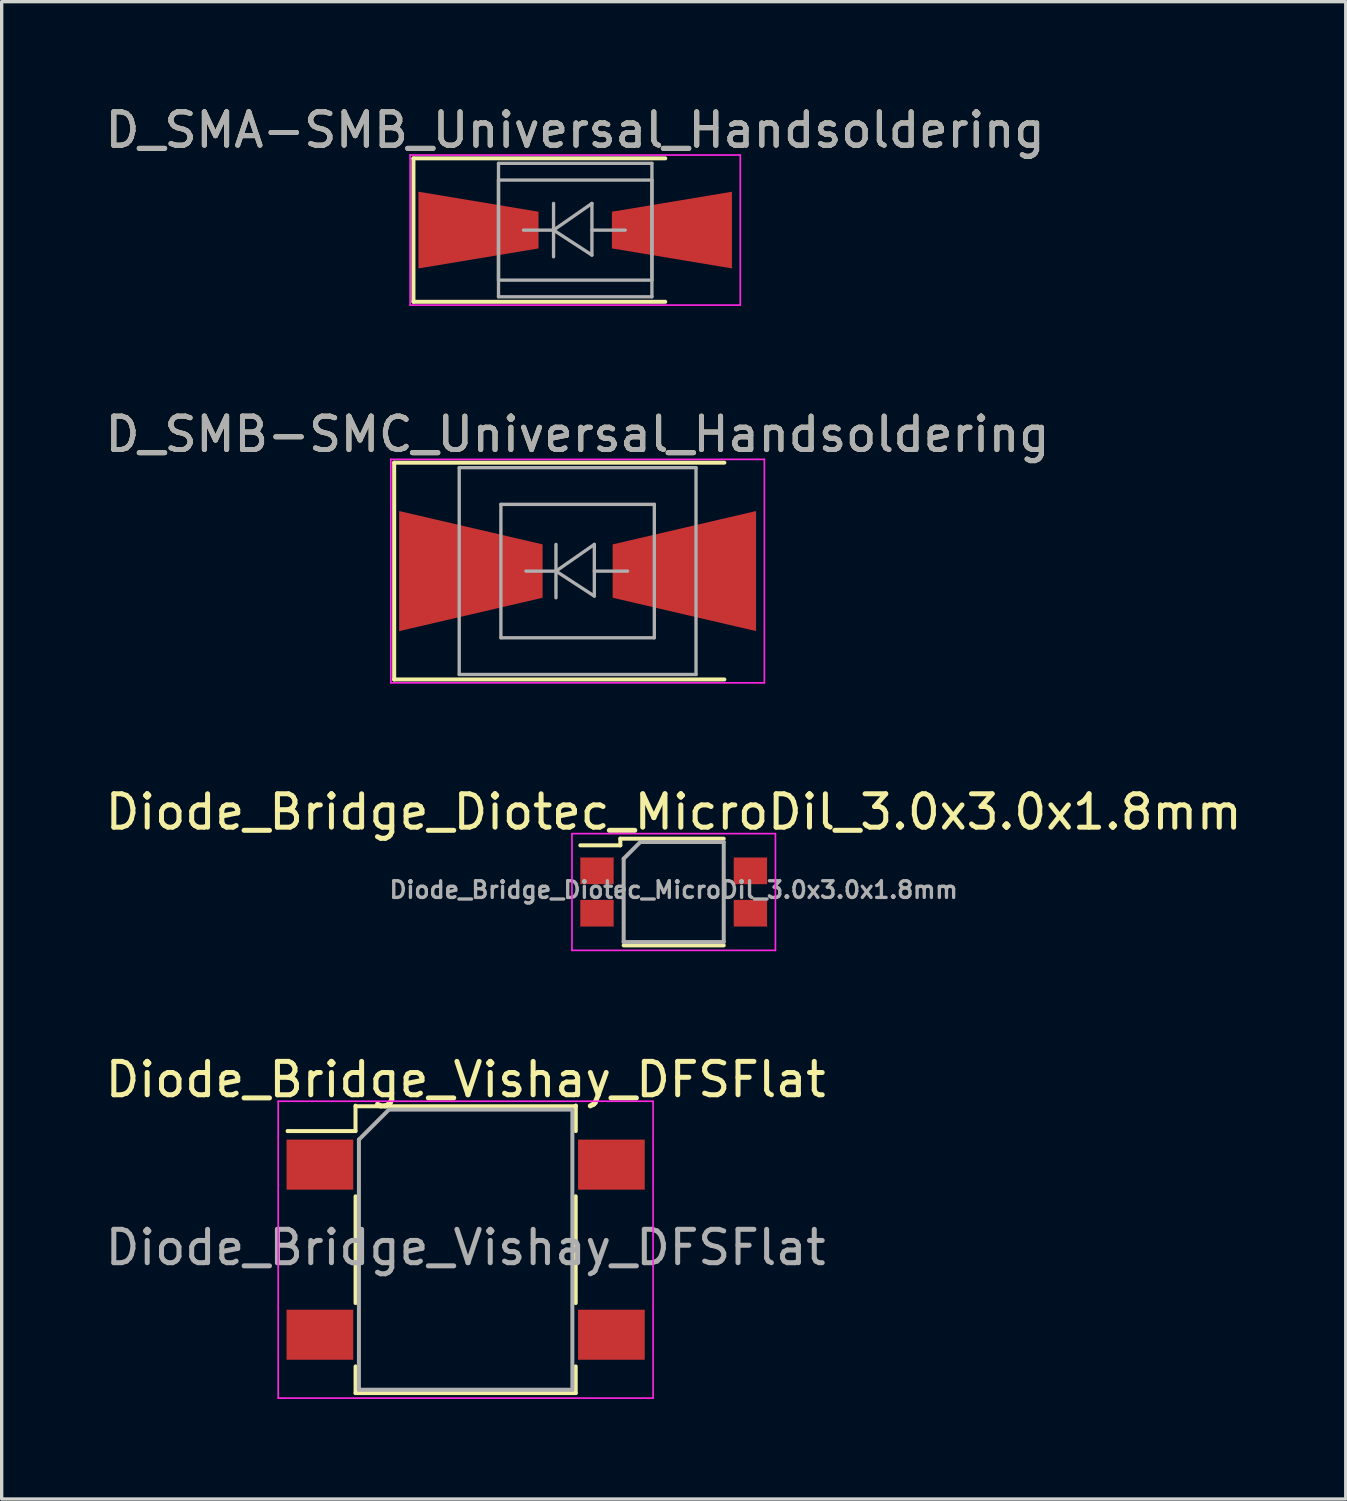
<source format=kicad_pcb>
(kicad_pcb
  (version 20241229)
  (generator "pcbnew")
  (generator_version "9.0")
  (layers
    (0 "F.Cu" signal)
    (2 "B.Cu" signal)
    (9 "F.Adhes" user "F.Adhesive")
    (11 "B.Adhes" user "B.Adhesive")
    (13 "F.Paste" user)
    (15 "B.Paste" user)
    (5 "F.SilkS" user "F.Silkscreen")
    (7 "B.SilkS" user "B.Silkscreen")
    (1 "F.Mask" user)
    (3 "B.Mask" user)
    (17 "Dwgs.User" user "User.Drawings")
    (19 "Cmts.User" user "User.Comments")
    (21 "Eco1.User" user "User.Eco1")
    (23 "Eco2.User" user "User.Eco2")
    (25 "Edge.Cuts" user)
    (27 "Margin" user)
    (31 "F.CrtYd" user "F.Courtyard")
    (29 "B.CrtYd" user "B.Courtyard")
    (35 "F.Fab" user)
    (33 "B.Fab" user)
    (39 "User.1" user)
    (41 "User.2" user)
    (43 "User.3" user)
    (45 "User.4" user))
  (footprint "D_SMA-SMB_Universal_Handsoldering"
    (layer "F.Cu")
    (at 14.196 3.848)
    (property "Reference" "D_SMA-SMB_Universal_Handsoldering" (at 0 -3 0) (layer "F.SilkS") (effects (font (size 1 1) (thickness 0.15))))
    (attr smd)
    (fp_line (start -4.85 -2.15) (end -4.85 2.15) (stroke (width 0.12) (type solid)) (layer "F.SilkS"))
    (fp_line (start -4.85 -2.15) (end 2.7 -2.15) (stroke (width 0.12) (type solid)) (layer "F.SilkS"))
    (fp_line (start -4.85 2.15) (end 2.7 2.15) (stroke (width 0.12) (type solid)) (layer "F.SilkS"))
    (fp_line (start -4.95 -2.25) (end 4.95 -2.25) (stroke (width 0.05) (type solid)) (layer "F.CrtYd"))
    (fp_line (start -4.95 2.25) (end -4.95 -2.25) (stroke (width 0.05) (type solid)) (layer "F.CrtYd"))
    (fp_line (start 4.95 -2.25) (end 4.95 2.25) (stroke (width 0.05) (type solid)) (layer "F.CrtYd"))
    (fp_line (start 4.95 2.25) (end -4.95 2.25) (stroke (width 0.05) (type solid)) (layer "F.CrtYd"))
    (fp_line (start -2.3 1.5) (end -2.3 -1.5) (stroke (width 0.1) (type solid)) (layer "F.Fab"))
    (fp_line (start -2.3 2) (end -2.3 -2) (stroke (width 0.1) (type solid)) (layer "F.Fab"))
    (fp_line (start -0.649 -0.799) (end -0.649 0.801) (stroke (width 0.1) (type solid)) (layer "F.Fab"))
    (fp_line (start -0.649 0.001) (end -1.551 0.001) (stroke (width 0.1) (type solid)) (layer "F.Fab"))
    (fp_line (start -0.649 0.001) (end 0.501 -0.799) (stroke (width 0.1) (type solid)) (layer "F.Fab"))
    (fp_line (start -0.649 0.001) (end 0.501 0.75) (stroke (width 0.1) (type solid)) (layer "F.Fab"))
    (fp_line (start 0.501 0.001) (end 1.499 0.001) (stroke (width 0.1) (type solid)) (layer "F.Fab"))
    (fp_line (start 0.501 0.75) (end 0.501 -0.799) (stroke (width 0.1) (type solid)) (layer "F.Fab"))
    (fp_line (start 2.3 -2) (end -2.3 -2) (stroke (width 0.1) (type solid)) (layer "F.Fab"))
    (fp_line (start 2.3 -2) (end 2.3 2) (stroke (width 0.1) (type solid)) (layer "F.Fab"))
    (fp_line (start 2.3 -1.5) (end -2.3 -1.5) (stroke (width 0.1) (type solid)) (layer "F.Fab"))
    (fp_line (start 2.3 -1.5) (end 2.3 1.5) (stroke (width 0.1) (type solid)) (layer "F.Fab"))
    (fp_line (start 2.3 1.5) (end -2.3 1.5) (stroke (width 0.1) (type solid)) (layer "F.Fab"))
    (fp_line (start 2.3 2) (end -2.3 2) (stroke (width 0.1) (type solid)) (layer "F.Fab"))
    (fp_text user "${REFERENCE}" (at 0 -3 0) (layer "F.Fab") (effects (font (size 1 1) (thickness 0.15))))
    (pad "1" smd trapezoid (at -2.9 0) (size 3.6 1.7) (rect_delta 0.6 0) (layers "F.Cu" "F.Mask" "F.Paste"))
    (pad "2" smd trapezoid (at 2.9 0 180) (size 3.6 1.7) (rect_delta 0.6 0) (layers "F.Cu" "F.Mask" "F.Paste")))
  (footprint "Diode_Bridge_Diotec_MicroDil_3.0x3.0x1.8mm"
    (layer "F.Cu")
    (at 17.149 23.695)
    (property "Reference" "Diode_Bridge_Diotec_MicroDil_3.0x3.0x1.8mm" (at 0 -2.4 0) (layer "F.SilkS") (effects (font (size 1 1) (thickness 0.15))))
    (attr smd)
    (fp_line (start -1.6 -1.6) (end -1.6 -1.4) (stroke (width 0.12) (type solid)) (layer "F.SilkS"))
    (fp_line (start -1.6 -1.4) (end -2.8 -1.4) (stroke (width 0.12) (type solid)) (layer "F.SilkS"))
    (fp_line (start -1.5 1.6) (end 1.5 1.6) (stroke (width 0.12) (type solid)) (layer "F.SilkS"))
    (fp_line (start 1.5 -1.6) (end -1.6 -1.6) (stroke (width 0.12) (type solid)) (layer "F.SilkS"))
    (fp_line (start -3.05 -1.75) (end -3.05 1.75) (stroke (width 0.05) (type solid)) (layer "F.CrtYd"))
    (fp_line (start -3.05 -1.75) (end 3.05 -1.75) (stroke (width 0.05) (type solid)) (layer "F.CrtYd"))
    (fp_line (start 3.05 1.75) (end -3.05 1.75) (stroke (width 0.05) (type solid)) (layer "F.CrtYd"))
    (fp_line (start 3.05 1.75) (end 3.05 -1.75) (stroke (width 0.05) (type solid)) (layer "F.CrtYd"))
    (fp_line (start -1.5 -1) (end -1.5 1.5) (stroke (width 0.12) (type solid)) (layer "F.Fab"))
    (fp_line (start -1.5 1.5) (end 1.5 1.5) (stroke (width 0.12) (type solid)) (layer "F.Fab"))
    (fp_line (start -1 -1.5) (end -1.5 -1) (stroke (width 0.12) (type solid)) (layer "F.Fab"))
    (fp_line (start 1.5 -1.5) (end -1 -1.5) (stroke (width 0.12) (type solid)) (layer "F.Fab"))
    (fp_line (start 1.5 1.5) (end 1.5 -1.5) (stroke (width 0.12) (type solid)) (layer "F.Fab"))
    (fp_text user "${REFERENCE}" (at 0 -0.065 0) (layer "F.Fab") (effects (font (size 0.5 0.5) (thickness 0.1))))
    (pad "1" smd rect (at -2.3 -0.635) (size 1 0.8) (layers "F.Cu" "F.Mask" "F.Paste"))
    (pad "2" smd rect (at -2.3 0.635) (size 1 0.8) (layers "F.Cu" "F.Mask" "F.Paste"))
    (pad "3" smd rect (at 2.3 0.635) (size 1 0.8) (layers "F.Cu" "F.Mask" "F.Paste"))
    (pad "4" smd rect (at 2.3 -0.635) (size 1 0.8) (layers "F.Cu" "F.Mask" "F.Paste")))
  (footprint "Diode_Bridge_Vishay_DFSFlat"
    (layer "F.Cu")
    (at 10.911 34.418)
    (property "Reference" "Diode_Bridge_Vishay_DFSFlat" (at 0 -5.1 0) (layer "F.SilkS") (effects (font (size 1 1) (thickness 0.15))))
    (attr smd)
    (fp_line (start -5.334 -3.556) (end -5.334 -3.556) (stroke (width 0.12) (type solid)) (layer "F.SilkS"))
    (fp_line (start -3.302 -4.318) (end -3.302 -3.556) (stroke (width 0.12) (type solid)) (layer "F.SilkS"))
    (fp_line (start -3.302 -3.556) (end -5.334 -3.556) (stroke (width 0.12) (type solid)) (layer "F.SilkS"))
    (fp_line (start -3.3 -4.3) (end 3.3 -4.3) (stroke (width 0.12) (type solid)) (layer "F.SilkS"))
    (fp_line (start -3.3 -1.6) (end -3.3 1.6) (stroke (width 0.12) (type solid)) (layer "F.SilkS"))
    (fp_line (start -3.3 3.5) (end -3.3 4.3) (stroke (width 0.12) (type solid)) (layer "F.SilkS"))
    (fp_line (start -3.3 4.3) (end 3.3 4.3) (stroke (width 0.12) (type solid)) (layer "F.SilkS"))
    (fp_line (start 3.3 -1.6) (end 3.3 1.6) (stroke (width 0.12) (type solid)) (layer "F.SilkS"))
    (fp_line (start 3.3 4.3) (end 3.3 3.5) (stroke (width 0.12) (type solid)) (layer "F.SilkS"))
    (fp_line (start 3.302 -4.318) (end 3.302 -4.318) (stroke (width 0.12) (type solid)) (layer "F.SilkS"))
    (fp_line (start 3.302 -3.556) (end 3.302 -4.318) (stroke (width 0.12) (type solid)) (layer "F.SilkS"))
    (fp_line (start -5.62 -4.45) (end -5.62 4.45) (stroke (width 0.05) (type solid)) (layer "F.CrtYd"))
    (fp_line (start -5.62 -4.45) (end 5.62 -4.45) (stroke (width 0.05) (type solid)) (layer "F.CrtYd"))
    (fp_line (start 5.62 4.45) (end -5.62 4.45) (stroke (width 0.05) (type solid)) (layer "F.CrtYd"))
    (fp_line (start 5.62 4.45) (end 5.62 -4.45) (stroke (width 0.05) (type solid)) (layer "F.CrtYd"))
    (fp_line (start -3.2 -3.3) (end -2.3 -4.2) (stroke (width 0.12) (type solid)) (layer "F.Fab"))
    (fp_line (start -3.2 4.2) (end -3.2 -3.3) (stroke (width 0.12) (type solid)) (layer "F.Fab"))
    (fp_line (start -2.3 -4.2) (end 3.2 -4.2) (stroke (width 0.12) (type solid)) (layer "F.Fab"))
    (fp_line (start 3.2 -4.2) (end 3.2 4.2) (stroke (width 0.12) (type solid)) (layer "F.Fab"))
    (fp_line (start 3.2 4.2) (end -3.2 4.2) (stroke (width 0.12) (type solid)) (layer "F.Fab"))
    (fp_text user "${REFERENCE}" (at 0 -0.065 0) (layer "F.Fab") (effects (font (size 1 1) (thickness 0.15))))
    (pad "1" smd rect (at -4.37 -2.55) (size 2 1.5) (layers "F.Cu" "F.Mask" "F.Paste"))
    (pad "2" smd rect (at -4.37 2.55) (size 2 1.5) (layers "F.Cu" "F.Mask" "F.Paste"))
    (pad "3" smd rect (at 4.37 2.55) (size 2 1.5) (layers "F.Cu" "F.Mask" "F.Paste"))
    (pad "4" smd rect (at 4.37 -2.55) (size 2 1.5) (layers "F.Cu" "F.Mask" "F.Paste")))
  (footprint "D_SMB-SMC_Universal_Handsoldering"
    (layer "F.Cu")
    (at 14.268 14.072)
    (property "Reference" "D_SMB-SMC_Universal_Handsoldering" (at 0 -4.1 0) (layer "F.SilkS") (effects (font (size 1 1) (thickness 0.15))))
    (attr smd)
    (fp_line (start -5.5 -3.25) (end 4.4 -3.25) (stroke (width 0.12) (type solid)) (layer "F.SilkS"))
    (fp_line (start -5.5 3.25) (end -5.5 -3.25) (stroke (width 0.12) (type solid)) (layer "F.SilkS"))
    (fp_line (start -5.5 3.25) (end 4.4 3.25) (stroke (width 0.12) (type solid)) (layer "F.SilkS"))
    (fp_line (start -5.6 -3.35) (end 5.6 -3.35) (stroke (width 0.05) (type solid)) (layer "F.CrtYd"))
    (fp_line (start -5.6 3.35) (end -5.6 -3.35) (stroke (width 0.05) (type solid)) (layer "F.CrtYd"))
    (fp_line (start 5.6 -3.35) (end 5.6 3.35) (stroke (width 0.05) (type solid)) (layer "F.CrtYd"))
    (fp_line (start 5.6 3.35) (end -5.6 3.35) (stroke (width 0.05) (type solid)) (layer "F.CrtYd"))
    (fp_line (start -3.55 3.1) (end -3.55 -3.1) (stroke (width 0.1) (type solid)) (layer "F.Fab"))
    (fp_line (start -2.3 2) (end -2.3 -2) (stroke (width 0.1) (type solid)) (layer "F.Fab"))
    (fp_line (start -0.649 -0.799) (end -0.649 0.801) (stroke (width 0.1) (type solid)) (layer "F.Fab"))
    (fp_line (start -0.649 0.001) (end -1.551 0.001) (stroke (width 0.1) (type solid)) (layer "F.Fab"))
    (fp_line (start -0.649 0.001) (end 0.501 -0.799) (stroke (width 0.1) (type solid)) (layer "F.Fab"))
    (fp_line (start -0.649 0.001) (end 0.501 0.75) (stroke (width 0.1) (type solid)) (layer "F.Fab"))
    (fp_line (start 0.501 0.001) (end 1.499 0.001) (stroke (width 0.1) (type solid)) (layer "F.Fab"))
    (fp_line (start 0.501 0.75) (end 0.501 -0.799) (stroke (width 0.1) (type solid)) (layer "F.Fab"))
    (fp_line (start 2.3 -2) (end -2.3 -2) (stroke (width 0.1) (type solid)) (layer "F.Fab"))
    (fp_line (start 2.3 -2) (end 2.3 2) (stroke (width 0.1) (type solid)) (layer "F.Fab"))
    (fp_line (start 2.3 2) (end -2.3 2) (stroke (width 0.1) (type solid)) (layer "F.Fab"))
    (fp_line (start 3.55 -3.1) (end -3.55 -3.1) (stroke (width 0.1) (type solid)) (layer "F.Fab"))
    (fp_line (start 3.55 -3.1) (end 3.55 3.1) (stroke (width 0.1) (type solid)) (layer "F.Fab"))
    (fp_line (start 3.55 3.1) (end -3.55 3.1) (stroke (width 0.1) (type solid)) (layer "F.Fab"))
    (fp_text user "${REFERENCE}" (at 0 -4.1 0) (layer "F.Fab") (effects (font (size 1 1) (thickness 0.15))))
    (pad "1" smd trapezoid (at -3.2 0) (size 4.3 2.6) (rect_delta 1 0) (layers "F.Cu" "F.Mask" "F.Paste"))
    (pad "2" smd trapezoid (at 3.2 0 180) (size 4.3 2.6) (rect_delta 1 0) (layers "F.Cu" "F.Mask" "F.Paste")))
  (gr_rect
    (start -3 -3)
    (end 37.298 41.893)
    (stroke (width 0.1) (type default))
    (fill no)
    (layer "Edge.Cuts")))
</source>
